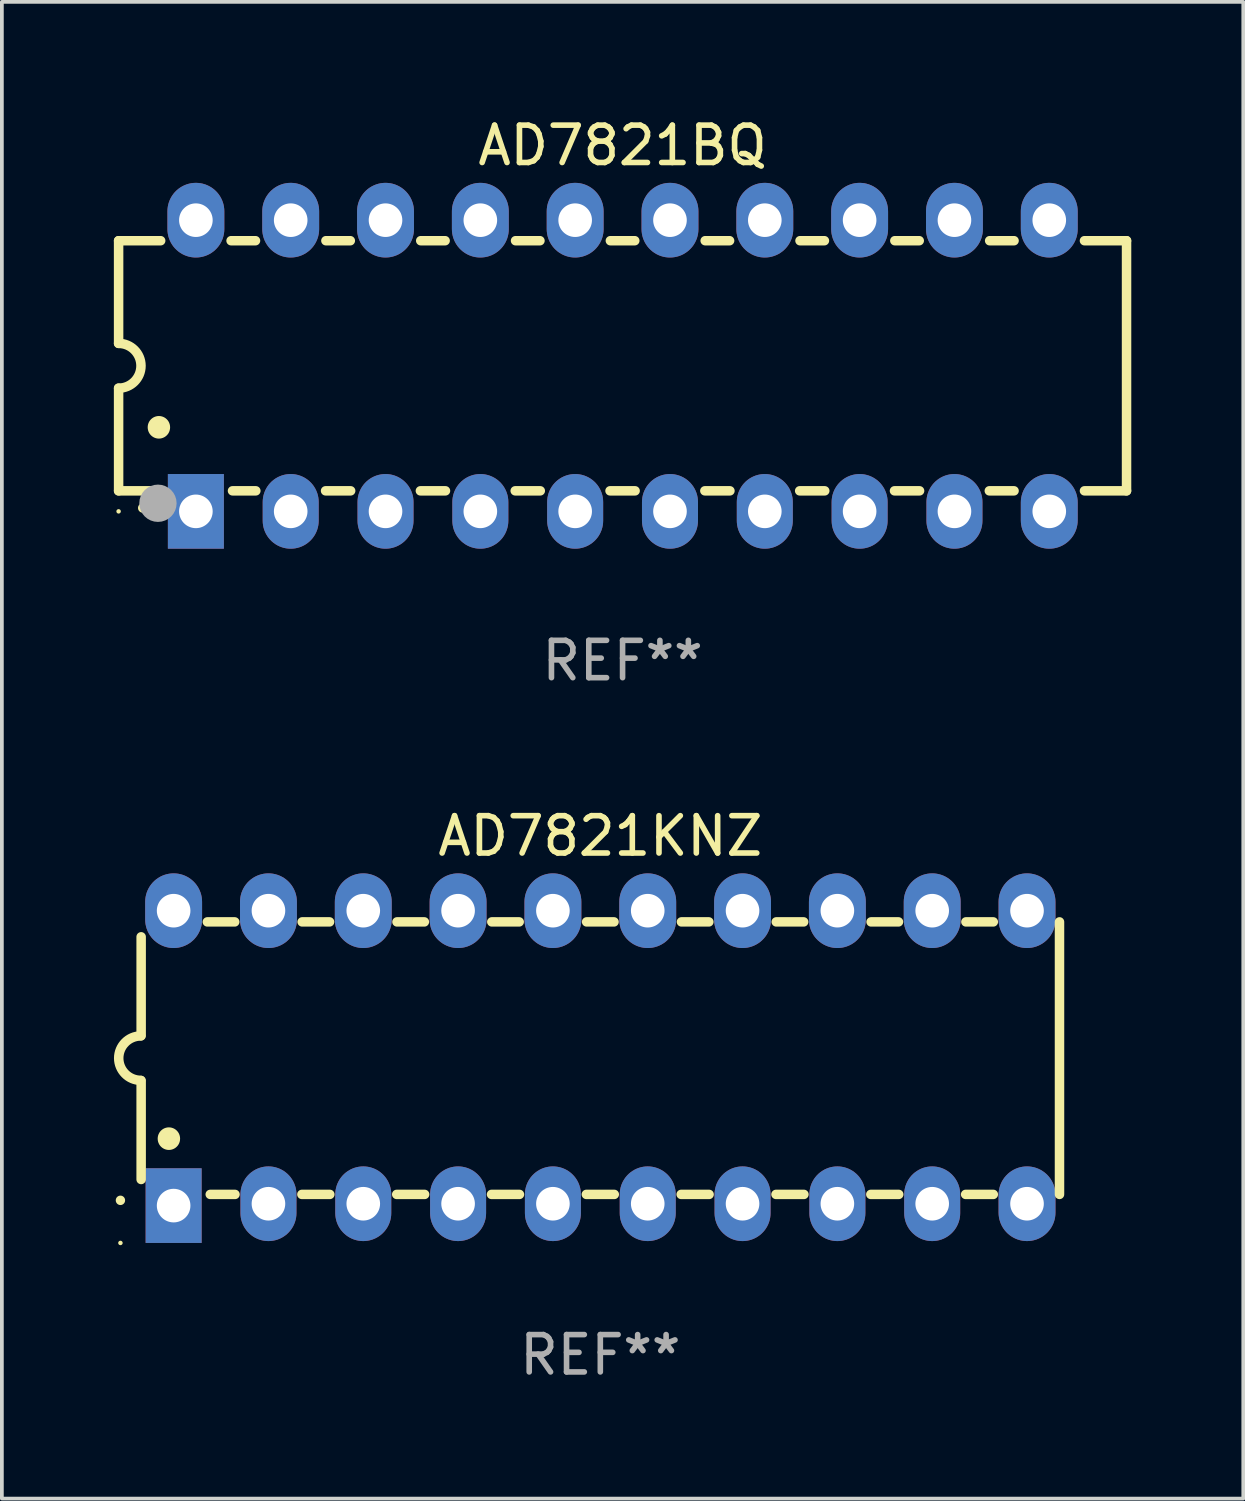
<source format=kicad_pcb>
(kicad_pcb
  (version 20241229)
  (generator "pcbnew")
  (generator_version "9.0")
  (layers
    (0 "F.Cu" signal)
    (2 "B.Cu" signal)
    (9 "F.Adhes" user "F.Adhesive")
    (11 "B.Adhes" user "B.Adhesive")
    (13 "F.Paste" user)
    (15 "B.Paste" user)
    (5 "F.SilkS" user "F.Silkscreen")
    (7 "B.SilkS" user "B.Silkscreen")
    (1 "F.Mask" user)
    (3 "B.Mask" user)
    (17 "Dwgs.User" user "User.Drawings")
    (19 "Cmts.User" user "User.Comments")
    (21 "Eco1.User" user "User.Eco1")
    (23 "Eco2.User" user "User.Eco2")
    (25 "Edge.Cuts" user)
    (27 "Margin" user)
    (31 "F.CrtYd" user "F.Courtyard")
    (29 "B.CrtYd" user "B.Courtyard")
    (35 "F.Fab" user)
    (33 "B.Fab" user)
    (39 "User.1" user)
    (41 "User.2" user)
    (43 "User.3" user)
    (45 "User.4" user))
  (footprint "AD7821BQ"
    (layer "F.Cu")
    (at 13.627 6.748)
    (property "Reference" "AD7821BQ" (at 0 -5.9 0) (layer "F.SilkS") (effects (font (size 1 1) (thickness 0.15))))
    (attr through_hole)
    (fp_line (start -13.5 -3.35) (end -12.373 -3.35) (stroke (width 0.254) (type solid)) (layer "F.SilkS"))
    (fp_line (start -13.5 -0.6) (end -13.5 -3.35) (stroke (width 0.254) (type solid)) (layer "F.SilkS"))
    (fp_line (start -13.5 3.35) (end -13.5 0.6) (stroke (width 0.254) (type solid)) (layer "F.SilkS"))
    (fp_line (start -13.5 3.35) (end -12.411 3.35) (stroke (width 0.254) (type solid)) (layer "F.SilkS"))
    (fp_line (start -10.487 -3.35) (end -9.833 -3.35) (stroke (width 0.254) (type solid)) (layer "F.SilkS"))
    (fp_line (start -10.449 3.35) (end -9.824 3.35) (stroke (width 0.254) (type solid)) (layer "F.SilkS"))
    (fp_line (start -7.956 3.35) (end -7.284 3.35) (stroke (width 0.254) (type solid)) (layer "F.SilkS"))
    (fp_line (start -7.947 -3.35) (end -7.293 -3.35) (stroke (width 0.254) (type solid)) (layer "F.SilkS"))
    (fp_line (start -5.416 3.35) (end -4.744 3.35) (stroke (width 0.254) (type solid)) (layer "F.SilkS"))
    (fp_line (start -5.407 -3.35) (end -4.753 -3.35) (stroke (width 0.254) (type solid)) (layer "F.SilkS"))
    (fp_line (start -2.876 3.35) (end -2.204 3.35) (stroke (width 0.254) (type solid)) (layer "F.SilkS"))
    (fp_line (start -2.867 -3.35) (end -2.213 -3.35) (stroke (width 0.254) (type solid)) (layer "F.SilkS"))
    (fp_line (start -0.336 3.35) (end 0.336 3.35) (stroke (width 0.254) (type solid)) (layer "F.SilkS"))
    (fp_line (start -0.327 -3.35) (end 0.327 -3.35) (stroke (width 0.254) (type solid)) (layer "F.SilkS"))
    (fp_line (start 2.204 3.35) (end 2.876 3.35) (stroke (width 0.254) (type solid)) (layer "F.SilkS"))
    (fp_line (start 2.213 -3.35) (end 2.867 -3.35) (stroke (width 0.254) (type solid)) (layer "F.SilkS"))
    (fp_line (start 4.744 3.35) (end 5.416 3.35) (stroke (width 0.254) (type solid)) (layer "F.SilkS"))
    (fp_line (start 4.753 -3.35) (end 5.407 -3.35) (stroke (width 0.254) (type solid)) (layer "F.SilkS"))
    (fp_line (start 7.284 3.35) (end 7.956 3.35) (stroke (width 0.254) (type solid)) (layer "F.SilkS"))
    (fp_line (start 7.293 -3.35) (end 7.947 -3.35) (stroke (width 0.254) (type solid)) (layer "F.SilkS"))
    (fp_line (start 9.824 3.35) (end 10.487 3.35) (stroke (width 0.254) (type solid)) (layer "F.SilkS"))
    (fp_line (start 9.833 -3.35) (end 10.487 -3.35) (stroke (width 0.254) (type solid)) (layer "F.SilkS"))
    (fp_line (start 12.373 -3.35) (end 13.5 -3.35) (stroke (width 0.254) (type solid)) (layer "F.SilkS"))
    (fp_line (start 12.373 3.35) (end 13.5 3.35) (stroke (width 0.254) (type solid)) (layer "F.SilkS"))
    (fp_line (start 13.5 -3.35) (end 13.5 3.35) (stroke (width 0.254) (type solid)) (layer "F.SilkS"))
    (fp_arc (start -13.500127 -0.599442) (mid -12.900406 0.000228) (end -13.500025 0.6) (stroke (width 0.254001) (type solid)) (layer "F.SilkS"))
    (fp_arc (start -12.854966 3.810008) (mid -12.854973 3.808738) (end -12.854966 3.807468) (stroke (width 0.25) (type solid)) (layer "F.SilkS"))
    (fp_arc (start -12.420625 1.651003) (mid -12.420636 1.648463) (end -12.420625 1.645923) (stroke (width 0.6) (type solid)) (layer "F.SilkS"))
    (fp_circle (center -13.5 3.9) (end -13.47 3.9) (stroke (width 0.06) (type solid)) (fill no) (layer "F.SilkS"))
    (fp_circle (center -12.446 3.683) (end -12.196 3.683) (stroke (width 0.5) (type solid)) (fill no) (layer "F.Fab"))
    (fp_text user "REF**" (at 0 7.9 0) (layer "F.Fab") (effects (font (size 1 1) (thickness 0.15))))
    (pad "1" thru_hole rect (at -11.43 3.9 90) (size 2 1.5) (drill 0.9) (layers "*.Cu" "*.Mask"))
    (pad "2" thru_hole oval (at -8.89 3.9 90) (size 2 1.5) (drill 0.9) (layers "*.Cu" "*.Mask"))
    (pad "3" thru_hole oval (at -6.35 3.9 90) (size 2 1.5) (drill 0.9) (layers "*.Cu" "*.Mask"))
    (pad "4" thru_hole oval (at -3.81 3.9 90) (size 2 1.5) (drill 0.9) (layers "*.Cu" "*.Mask"))
    (pad "5" thru_hole oval (at -1.27 3.9 90) (size 2 1.5) (drill 0.9) (layers "*.Cu" "*.Mask"))
    (pad "6" thru_hole oval (at 1.27 3.9 90) (size 2 1.5) (drill 0.9) (layers "*.Cu" "*.Mask"))
    (pad "7" thru_hole oval (at 3.81 3.9 90) (size 2 1.5) (drill 0.9) (layers "*.Cu" "*.Mask"))
    (pad "8" thru_hole oval (at 6.35 3.9 90) (size 2 1.5) (drill 0.9) (layers "*.Cu" "*.Mask"))
    (pad "9" thru_hole oval (at 8.89 3.9 90) (size 2 1.5) (drill 0.9) (layers "*.Cu" "*.Mask"))
    (pad "10" thru_hole oval (at 11.43 3.9 90) (size 2 1.524) (drill 0.9) (layers "*.Cu" "*.Mask"))
    (pad "11" thru_hole oval (at 11.43 -3.9 90) (size 2 1.524) (drill 0.9) (layers "*.Cu" "*.Mask"))
    (pad "12" thru_hole oval (at 8.89 -3.9 90) (size 2 1.524) (drill 0.9) (layers "*.Cu" "*.Mask"))
    (pad "13" thru_hole oval (at 6.35 -3.9 90) (size 2 1.524) (drill 0.9) (layers "*.Cu" "*.Mask"))
    (pad "14" thru_hole oval (at 3.81 -3.9 90) (size 2 1.524) (drill 0.9) (layers "*.Cu" "*.Mask"))
    (pad "15" thru_hole oval (at 1.27 -3.9 90) (size 2 1.524) (drill 0.9) (layers "*.Cu" "*.Mask"))
    (pad "16" thru_hole oval (at -1.27 -3.9 90) (size 2 1.524) (drill 0.9) (layers "*.Cu" "*.Mask"))
    (pad "17" thru_hole oval (at -3.81 -3.9 90) (size 2 1.524) (drill 0.9) (layers "*.Cu" "*.Mask"))
    (pad "18" thru_hole oval (at -6.35 -3.9 90) (size 2 1.524) (drill 0.9) (layers "*.Cu" "*.Mask"))
    (pad "19" thru_hole oval (at -8.89 -3.9 90) (size 2 1.524) (drill 0.9) (layers "*.Cu" "*.Mask"))
    (pad "20" thru_hole oval (at -11.43 -3.9 90) (size 2 1.524) (drill 0.9) (layers "*.Cu" "*.Mask")))
  (footprint "AD7821KNZ"
    (layer "F.Cu")
    (at 13.031 25.295)
    (property "Reference" "AD7821KNZ" (at 0 -5.95 0) (layer "F.SilkS") (effects (font (size 1 1) (thickness 0.15))))
    (attr through_hole)
    (fp_line (start -12.3 -0.6) (end -12.3 -3.25) (stroke (width 0.254) (type solid)) (layer "F.SilkS"))
    (fp_line (start -12.3 3.25) (end -12.3 0.6) (stroke (width 0.254) (type solid)) (layer "F.SilkS"))
    (fp_line (start -10.527 -3.65) (end -9.793 -3.65) (stroke (width 0.254) (type solid)) (layer "F.SilkS"))
    (fp_line (start -10.449 3.65) (end -9.786 3.65) (stroke (width 0.254) (type solid)) (layer "F.SilkS"))
    (fp_line (start -7.994 3.65) (end -7.246 3.65) (stroke (width 0.254) (type solid)) (layer "F.SilkS"))
    (fp_line (start -7.987 -3.65) (end -7.253 -3.65) (stroke (width 0.254) (type solid)) (layer "F.SilkS"))
    (fp_line (start -5.454 3.65) (end -4.706 3.65) (stroke (width 0.254) (type solid)) (layer "F.SilkS"))
    (fp_line (start -5.447 -3.65) (end -4.713 -3.65) (stroke (width 0.254) (type solid)) (layer "F.SilkS"))
    (fp_line (start -2.914 3.65) (end -2.166 3.65) (stroke (width 0.254) (type solid)) (layer "F.SilkS"))
    (fp_line (start -2.907 -3.65) (end -2.173 -3.65) (stroke (width 0.254) (type solid)) (layer "F.SilkS"))
    (fp_line (start -0.374 3.65) (end 0.374 3.65) (stroke (width 0.254) (type solid)) (layer "F.SilkS"))
    (fp_line (start -0.367 -3.65) (end 0.367 -3.65) (stroke (width 0.254) (type solid)) (layer "F.SilkS"))
    (fp_line (start 2.166 3.65) (end 2.914 3.65) (stroke (width 0.254) (type solid)) (layer "F.SilkS"))
    (fp_line (start 2.173 -3.65) (end 2.907 -3.65) (stroke (width 0.254) (type solid)) (layer "F.SilkS"))
    (fp_line (start 4.706 3.65) (end 5.454 3.65) (stroke (width 0.254) (type solid)) (layer "F.SilkS"))
    (fp_line (start 4.713 -3.65) (end 5.447 -3.65) (stroke (width 0.254) (type solid)) (layer "F.SilkS"))
    (fp_line (start 7.246 3.65) (end 7.994 3.65) (stroke (width 0.254) (type solid)) (layer "F.SilkS"))
    (fp_line (start 7.253 -3.65) (end 7.987 -3.65) (stroke (width 0.254) (type solid)) (layer "F.SilkS"))
    (fp_line (start 9.786 3.65) (end 10.527 3.65) (stroke (width 0.254) (type solid)) (layer "F.SilkS"))
    (fp_line (start 9.793 -3.65) (end 10.527 -3.65) (stroke (width 0.254) (type solid)) (layer "F.SilkS"))
    (fp_line (start 12.3 -3.65) (end 12.3 3.65) (stroke (width 0.254) (type solid)) (layer "F.SilkS"))
    (fp_arc (start -12.854966 3.809881) (mid -12.854973 3.808611) (end -12.854966 3.807341) (stroke (width 0.25) (type solid)) (layer "F.SilkS"))
    (fp_arc (start -12.313894 0.594742) (mid -12.903982 -0.000152) (end -12.313894 -0.595046) (stroke (width 0.254001) (type solid)) (layer "F.SilkS"))
    (fp_arc (start -11.557023 2.158877) (mid -11.557034 2.156337) (end -11.557023 2.153797) (stroke (width 0.6) (type solid)) (layer "F.SilkS"))
    (fp_circle (center -12.855 4.95) (end -12.825 4.95) (stroke (width 0.06) (type solid)) (fill no) (layer "F.SilkS"))
    (fp_text user "REF**" (at 0 7.95 0) (layer "F.Fab") (effects (font (size 1 1) (thickness 0.15))))
    (pad "1" thru_hole rect (at -11.43 3.95 90) (size 2 1.5) (drill 0.9) (layers "*.Cu" "*.Mask"))
    (pad "2" thru_hole oval (at -8.89 3.9 90) (size 2 1.5) (drill 0.9) (layers "*.Cu" "*.Mask"))
    (pad "3" thru_hole oval (at -6.35 3.9 90) (size 2 1.5) (drill 0.9) (layers "*.Cu" "*.Mask"))
    (pad "4" thru_hole oval (at -3.81 3.9 90) (size 2 1.5) (drill 0.9) (layers "*.Cu" "*.Mask"))
    (pad "5" thru_hole oval (at -1.27 3.9 90) (size 2 1.5) (drill 0.9) (layers "*.Cu" "*.Mask"))
    (pad "6" thru_hole oval (at 1.27 3.9 90) (size 2 1.5) (drill 0.9) (layers "*.Cu" "*.Mask"))
    (pad "7" thru_hole oval (at 3.81 3.9 90) (size 2 1.5) (drill 0.9) (layers "*.Cu" "*.Mask"))
    (pad "8" thru_hole oval (at 6.35 3.9 90) (size 2 1.5) (drill 0.9) (layers "*.Cu" "*.Mask"))
    (pad "9" thru_hole oval (at 8.89 3.9 90) (size 2 1.5) (drill 0.9) (layers "*.Cu" "*.Mask"))
    (pad "10" thru_hole oval (at 11.43 3.9 90) (size 2 1.524) (drill 0.9) (layers "*.Cu" "*.Mask"))
    (pad "11" thru_hole oval (at 11.43 -3.95 90) (size 2 1.524) (drill 0.9) (layers "*.Cu" "*.Mask"))
    (pad "12" thru_hole oval (at 8.89 -3.95 90) (size 2 1.524) (drill 0.9) (layers "*.Cu" "*.Mask"))
    (pad "13" thru_hole oval (at 6.35 -3.95 90) (size 2 1.524) (drill 0.9) (layers "*.Cu" "*.Mask"))
    (pad "14" thru_hole oval (at 3.81 -3.95 90) (size 2 1.524) (drill 0.9) (layers "*.Cu" "*.Mask"))
    (pad "15" thru_hole oval (at 1.27 -3.95 90) (size 2 1.524) (drill 0.9) (layers "*.Cu" "*.Mask"))
    (pad "16" thru_hole oval (at -1.27 -3.95 90) (size 2 1.524) (drill 0.9) (layers "*.Cu" "*.Mask"))
    (pad "17" thru_hole oval (at -3.81 -3.95 90) (size 2 1.524) (drill 0.9) (layers "*.Cu" "*.Mask"))
    (pad "18" thru_hole oval (at -6.35 -3.95 90) (size 2 1.524) (drill 0.9) (layers "*.Cu" "*.Mask"))
    (pad "19" thru_hole oval (at -8.89 -3.95 90) (size 2 1.524) (drill 0.9) (layers "*.Cu" "*.Mask"))
    (pad "20" thru_hole oval (at -11.43 -3.95 90) (size 2 1.524) (drill 0.9) (layers "*.Cu" "*.Mask")))
  (gr_rect
    (start -3 -3)
    (end 30.254 37.093)
    (stroke (width 0.1) (type default))
    (fill no)
    (layer "Edge.Cuts")))
</source>
